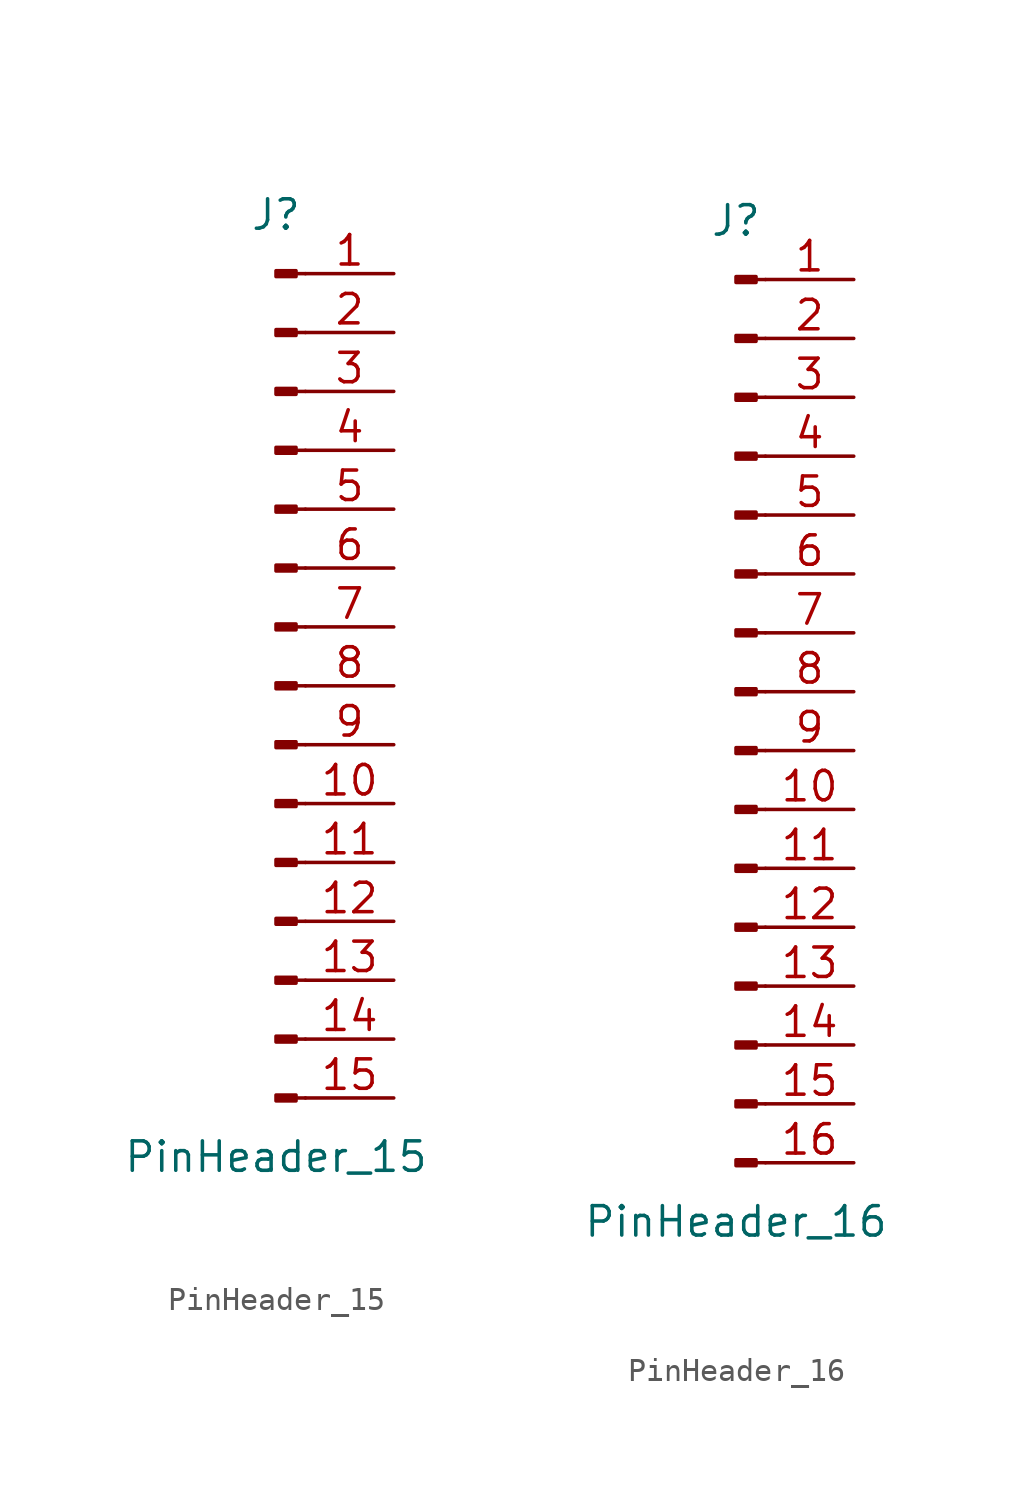
<source format=kicad_sym>
(kicad_symbol_lib
  (version 20220914)
  (generator kicad_symbol_editor)
  (symbol "PinHeader_15"
    (pin_names
      (offset 1.016) hide)
    (property "Reference" "J"
      (at 0 20.32 0)
      (effects (font (size 1.27 1.27))))
    (property "Value" "PinHeader_15"
      (at 0 -20.32 0)
      (effects (font (size 1.27 1.27))))
    (symbol "PinHeader_15_1_1"
      (polyline (pts (xy 1.27 -17.78) (xy 0.864 -17.78)) (stroke (width 0.152) (type default)) (fill (type none)))
      (polyline (pts (xy 1.27 -15.24) (xy 0.864 -15.24)) (stroke (width 0.152) (type default)) (fill (type none)))
      (polyline (pts (xy 1.27 -12.7) (xy 0.864 -12.7)) (stroke (width 0.152) (type default)) (fill (type none)))
      (polyline (pts (xy 1.27 -10.16) (xy 0.864 -10.16)) (stroke (width 0.152) (type default)) (fill (type none)))
      (polyline (pts (xy 1.27 -7.62) (xy 0.864 -7.62)) (stroke (width 0.152) (type default)) (fill (type none)))
      (polyline (pts (xy 1.27 -5.08) (xy 0.864 -5.08)) (stroke (width 0.152) (type default)) (fill (type none)))
      (polyline (pts (xy 1.27 -2.54) (xy 0.864 -2.54)) (stroke (width 0.152) (type default)) (fill (type none)))
      (polyline (pts (xy 1.27 0) (xy 0.864 0)) (stroke (width 0.152) (type default)) (fill (type none)))
      (polyline (pts (xy 1.27 2.54) (xy 0.864 2.54)) (stroke (width 0.152) (type default)) (fill (type none)))
      (polyline (pts (xy 1.27 5.08) (xy 0.864 5.08)) (stroke (width 0.152) (type default)) (fill (type none)))
      (polyline (pts (xy 1.27 7.62) (xy 0.864 7.62)) (stroke (width 0.152) (type default)) (fill (type none)))
      (polyline (pts (xy 1.27 10.16) (xy 0.864 10.16)) (stroke (width 0.152) (type default)) (fill (type none)))
      (polyline (pts (xy 1.27 12.7) (xy 0.864 12.7)) (stroke (width 0.152) (type default)) (fill (type none)))
      (polyline (pts (xy 1.27 15.24) (xy 0.864 15.24)) (stroke (width 0.152) (type default)) (fill (type none)))
      (polyline (pts (xy 1.27 17.78) (xy 0.864 17.78)) (stroke (width 0.152) (type default)) (fill (type none)))
      (rectangle (start 0.864 -17.653) (end 0 -17.907) (stroke (width 0.152) (type default)) (fill (type outline)))
      (rectangle (start 0.864 -15.113) (end 0 -15.367) (stroke (width 0.152) (type default)) (fill (type outline)))
      (rectangle (start 0.864 -12.573) (end 0 -12.827) (stroke (width 0.152) (type default)) (fill (type outline)))
      (rectangle (start 0.864 -10.033) (end 0 -10.287) (stroke (width 0.152) (type default)) (fill (type outline)))
      (rectangle (start 0.864 -7.493) (end 0 -7.747) (stroke (width 0.152) (type default)) (fill (type outline)))
      (rectangle (start 0.864 -4.953) (end 0 -5.207) (stroke (width 0.152) (type default)) (fill (type outline)))
      (rectangle (start 0.864 -2.413) (end 0 -2.667) (stroke (width 0.152) (type default)) (fill (type outline)))
      (rectangle (start 0.864 0.127) (end 0 -0.127) (stroke (width 0.152) (type default)) (fill (type outline)))
      (rectangle (start 0.864 2.667) (end 0 2.413) (stroke (width 0.152) (type default)) (fill (type outline)))
      (rectangle (start 0.864 5.207) (end 0 4.953) (stroke (width 0.152) (type default)) (fill (type outline)))
      (rectangle (start 0.864 7.747) (end 0 7.493) (stroke (width 0.152) (type default)) (fill (type outline)))
      (rectangle (start 0.864 10.287) (end 0 10.033) (stroke (width 0.152) (type default)) (fill (type outline)))
      (rectangle (start 0.864 12.827) (end 0 12.573) (stroke (width 0.152) (type default)) (fill (type outline)))
      (rectangle (start 0.864 15.367) (end 0 15.113) (stroke (width 0.152) (type default)) (fill (type outline)))
      (rectangle (start 0.864 17.907) (end 0 17.653) (stroke (width 0.152) (type default)) (fill (type outline)))
      (pin passive line (at 5.08 17.78 180) (length 3.81) (name "Pin_1" (effects (font (size 1.27 1.27)))) (number "1" (effects (font (size 1.27 1.27)))))
      (pin passive line (at 5.08 -5.08 180) (length 3.81) (name "Pin_10" (effects (font (size 1.27 1.27)))) (number "10" (effects (font (size 1.27 1.27)))))
      (pin passive line (at 5.08 -7.62 180) (length 3.81) (name "Pin_11" (effects (font (size 1.27 1.27)))) (number "11" (effects (font (size 1.27 1.27)))))
      (pin passive line (at 5.08 -10.16 180) (length 3.81) (name "Pin_12" (effects (font (size 1.27 1.27)))) (number "12" (effects (font (size 1.27 1.27)))))
      (pin passive line (at 5.08 -12.7 180) (length 3.81) (name "Pin_13" (effects (font (size 1.27 1.27)))) (number "13" (effects (font (size 1.27 1.27)))))
      (pin passive line (at 5.08 -15.24 180) (length 3.81) (name "Pin_14" (effects (font (size 1.27 1.27)))) (number "14" (effects (font (size 1.27 1.27)))))
      (pin passive line (at 5.08 -17.78 180) (length 3.81) (name "Pin_15" (effects (font (size 1.27 1.27)))) (number "15" (effects (font (size 1.27 1.27)))))
      (pin passive line (at 5.08 15.24 180) (length 3.81) (name "Pin_2" (effects (font (size 1.27 1.27)))) (number "2" (effects (font (size 1.27 1.27)))))
      (pin passive line (at 5.08 12.7 180) (length 3.81) (name "Pin_3" (effects (font (size 1.27 1.27)))) (number "3" (effects (font (size 1.27 1.27)))))
      (pin passive line (at 5.08 10.16 180) (length 3.81) (name "Pin_4" (effects (font (size 1.27 1.27)))) (number "4" (effects (font (size 1.27 1.27)))))
      (pin passive line (at 5.08 7.62 180) (length 3.81) (name "Pin_5" (effects (font (size 1.27 1.27)))) (number "5" (effects (font (size 1.27 1.27)))))
      (pin passive line (at 5.08 5.08 180) (length 3.81) (name "Pin_6" (effects (font (size 1.27 1.27)))) (number "6" (effects (font (size 1.27 1.27)))))
      (pin passive line (at 5.08 2.54 180) (length 3.81) (name "Pin_7" (effects (font (size 1.27 1.27)))) (number "7" (effects (font (size 1.27 1.27)))))
      (pin passive line (at 5.08 0 180) (length 3.81) (name "Pin_8" (effects (font (size 1.27 1.27)))) (number "8" (effects (font (size 1.27 1.27)))))
      (pin passive line (at 5.08 -2.54 180) (length 3.81) (name "Pin_9" (effects (font (size 1.27 1.27)))) (number "9" (effects (font (size 1.27 1.27)))))))
  (symbol "PinHeader_16"
    (pin_names
      (offset 1.016) hide)
    (property "Reference" "J"
      (at 0 20.32 0)
      (effects (font (size 1.27 1.27))))
    (property "Value" "PinHeader_16"
      (at 0 -22.86 0)
      (effects (font (size 1.27 1.27))))
    (symbol "PinHeader_16_1_1"
      (polyline (pts (xy 1.27 -20.32) (xy 0.864 -20.32)) (stroke (width 0.152) (type default)) (fill (type none)))
      (polyline (pts (xy 1.27 -17.78) (xy 0.864 -17.78)) (stroke (width 0.152) (type default)) (fill (type none)))
      (polyline (pts (xy 1.27 -15.24) (xy 0.864 -15.24)) (stroke (width 0.152) (type default)) (fill (type none)))
      (polyline (pts (xy 1.27 -12.7) (xy 0.864 -12.7)) (stroke (width 0.152) (type default)) (fill (type none)))
      (polyline (pts (xy 1.27 -10.16) (xy 0.864 -10.16)) (stroke (width 0.152) (type default)) (fill (type none)))
      (polyline (pts (xy 1.27 -7.62) (xy 0.864 -7.62)) (stroke (width 0.152) (type default)) (fill (type none)))
      (polyline (pts (xy 1.27 -5.08) (xy 0.864 -5.08)) (stroke (width 0.152) (type default)) (fill (type none)))
      (polyline (pts (xy 1.27 -2.54) (xy 0.864 -2.54)) (stroke (width 0.152) (type default)) (fill (type none)))
      (polyline (pts (xy 1.27 0) (xy 0.864 0)) (stroke (width 0.152) (type default)) (fill (type none)))
      (polyline (pts (xy 1.27 2.54) (xy 0.864 2.54)) (stroke (width 0.152) (type default)) (fill (type none)))
      (polyline (pts (xy 1.27 5.08) (xy 0.864 5.08)) (stroke (width 0.152) (type default)) (fill (type none)))
      (polyline (pts (xy 1.27 7.62) (xy 0.864 7.62)) (stroke (width 0.152) (type default)) (fill (type none)))
      (polyline (pts (xy 1.27 10.16) (xy 0.864 10.16)) (stroke (width 0.152) (type default)) (fill (type none)))
      (polyline (pts (xy 1.27 12.7) (xy 0.864 12.7)) (stroke (width 0.152) (type default)) (fill (type none)))
      (polyline (pts (xy 1.27 15.24) (xy 0.864 15.24)) (stroke (width 0.152) (type default)) (fill (type none)))
      (polyline (pts (xy 1.27 17.78) (xy 0.864 17.78)) (stroke (width 0.152) (type default)) (fill (type none)))
      (rectangle (start 0.864 -20.193) (end 0 -20.447) (stroke (width 0.152) (type default)) (fill (type outline)))
      (rectangle (start 0.864 -17.653) (end 0 -17.907) (stroke (width 0.152) (type default)) (fill (type outline)))
      (rectangle (start 0.864 -15.113) (end 0 -15.367) (stroke (width 0.152) (type default)) (fill (type outline)))
      (rectangle (start 0.864 -12.573) (end 0 -12.827) (stroke (width 0.152) (type default)) (fill (type outline)))
      (rectangle (start 0.864 -10.033) (end 0 -10.287) (stroke (width 0.152) (type default)) (fill (type outline)))
      (rectangle (start 0.864 -7.493) (end 0 -7.747) (stroke (width 0.152) (type default)) (fill (type outline)))
      (rectangle (start 0.864 -4.953) (end 0 -5.207) (stroke (width 0.152) (type default)) (fill (type outline)))
      (rectangle (start 0.864 -2.413) (end 0 -2.667) (stroke (width 0.152) (type default)) (fill (type outline)))
      (rectangle (start 0.864 0.127) (end 0 -0.127) (stroke (width 0.152) (type default)) (fill (type outline)))
      (rectangle (start 0.864 2.667) (end 0 2.413) (stroke (width 0.152) (type default)) (fill (type outline)))
      (rectangle (start 0.864 5.207) (end 0 4.953) (stroke (width 0.152) (type default)) (fill (type outline)))
      (rectangle (start 0.864 7.747) (end 0 7.493) (stroke (width 0.152) (type default)) (fill (type outline)))
      (rectangle (start 0.864 10.287) (end 0 10.033) (stroke (width 0.152) (type default)) (fill (type outline)))
      (rectangle (start 0.864 12.827) (end 0 12.573) (stroke (width 0.152) (type default)) (fill (type outline)))
      (rectangle (start 0.864 15.367) (end 0 15.113) (stroke (width 0.152) (type default)) (fill (type outline)))
      (rectangle (start 0.864 17.907) (end 0 17.653) (stroke (width 0.152) (type default)) (fill (type outline)))
      (pin passive line (at 5.08 17.78 180) (length 3.81) (name "Pin_1" (effects (font (size 1.27 1.27)))) (number "1" (effects (font (size 1.27 1.27)))))
      (pin passive line (at 5.08 -5.08 180) (length 3.81) (name "Pin_10" (effects (font (size 1.27 1.27)))) (number "10" (effects (font (size 1.27 1.27)))))
      (pin passive line (at 5.08 -7.62 180) (length 3.81) (name "Pin_11" (effects (font (size 1.27 1.27)))) (number "11" (effects (font (size 1.27 1.27)))))
      (pin passive line (at 5.08 -10.16 180) (length 3.81) (name "Pin_12" (effects (font (size 1.27 1.27)))) (number "12" (effects (font (size 1.27 1.27)))))
      (pin passive line (at 5.08 -12.7 180) (length 3.81) (name "Pin_13" (effects (font (size 1.27 1.27)))) (number "13" (effects (font (size 1.27 1.27)))))
      (pin passive line (at 5.08 -15.24 180) (length 3.81) (name "Pin_14" (effects (font (size 1.27 1.27)))) (number "14" (effects (font (size 1.27 1.27)))))
      (pin passive line (at 5.08 -17.78 180) (length 3.81) (name "Pin_15" (effects (font (size 1.27 1.27)))) (number "15" (effects (font (size 1.27 1.27)))))
      (pin passive line (at 5.08 -20.32 180) (length 3.81) (name "Pin_16" (effects (font (size 1.27 1.27)))) (number "16" (effects (font (size 1.27 1.27)))))
      (pin passive line (at 5.08 15.24 180) (length 3.81) (name "Pin_2" (effects (font (size 1.27 1.27)))) (number "2" (effects (font (size 1.27 1.27)))))
      (pin passive line (at 5.08 12.7 180) (length 3.81) (name "Pin_3" (effects (font (size 1.27 1.27)))) (number "3" (effects (font (size 1.27 1.27)))))
      (pin passive line (at 5.08 10.16 180) (length 3.81) (name "Pin_4" (effects (font (size 1.27 1.27)))) (number "4" (effects (font (size 1.27 1.27)))))
      (pin passive line (at 5.08 7.62 180) (length 3.81) (name "Pin_5" (effects (font (size 1.27 1.27)))) (number "5" (effects (font (size 1.27 1.27)))))
      (pin passive line (at 5.08 5.08 180) (length 3.81) (name "Pin_6" (effects (font (size 1.27 1.27)))) (number "6" (effects (font (size 1.27 1.27)))))
      (pin passive line (at 5.08 2.54 180) (length 3.81) (name "Pin_7" (effects (font (size 1.27 1.27)))) (number "7" (effects (font (size 1.27 1.27)))))
      (pin passive line (at 5.08 0 180) (length 3.81) (name "Pin_8" (effects (font (size 1.27 1.27)))) (number "8" (effects (font (size 1.27 1.27)))))
      (pin passive line (at 5.08 -2.54 180) (length 3.81) (name "Pin_9" (effects (font (size 1.27 1.27)))) (number "9" (effects (font (size 1.27 1.27))))))))
</source>
